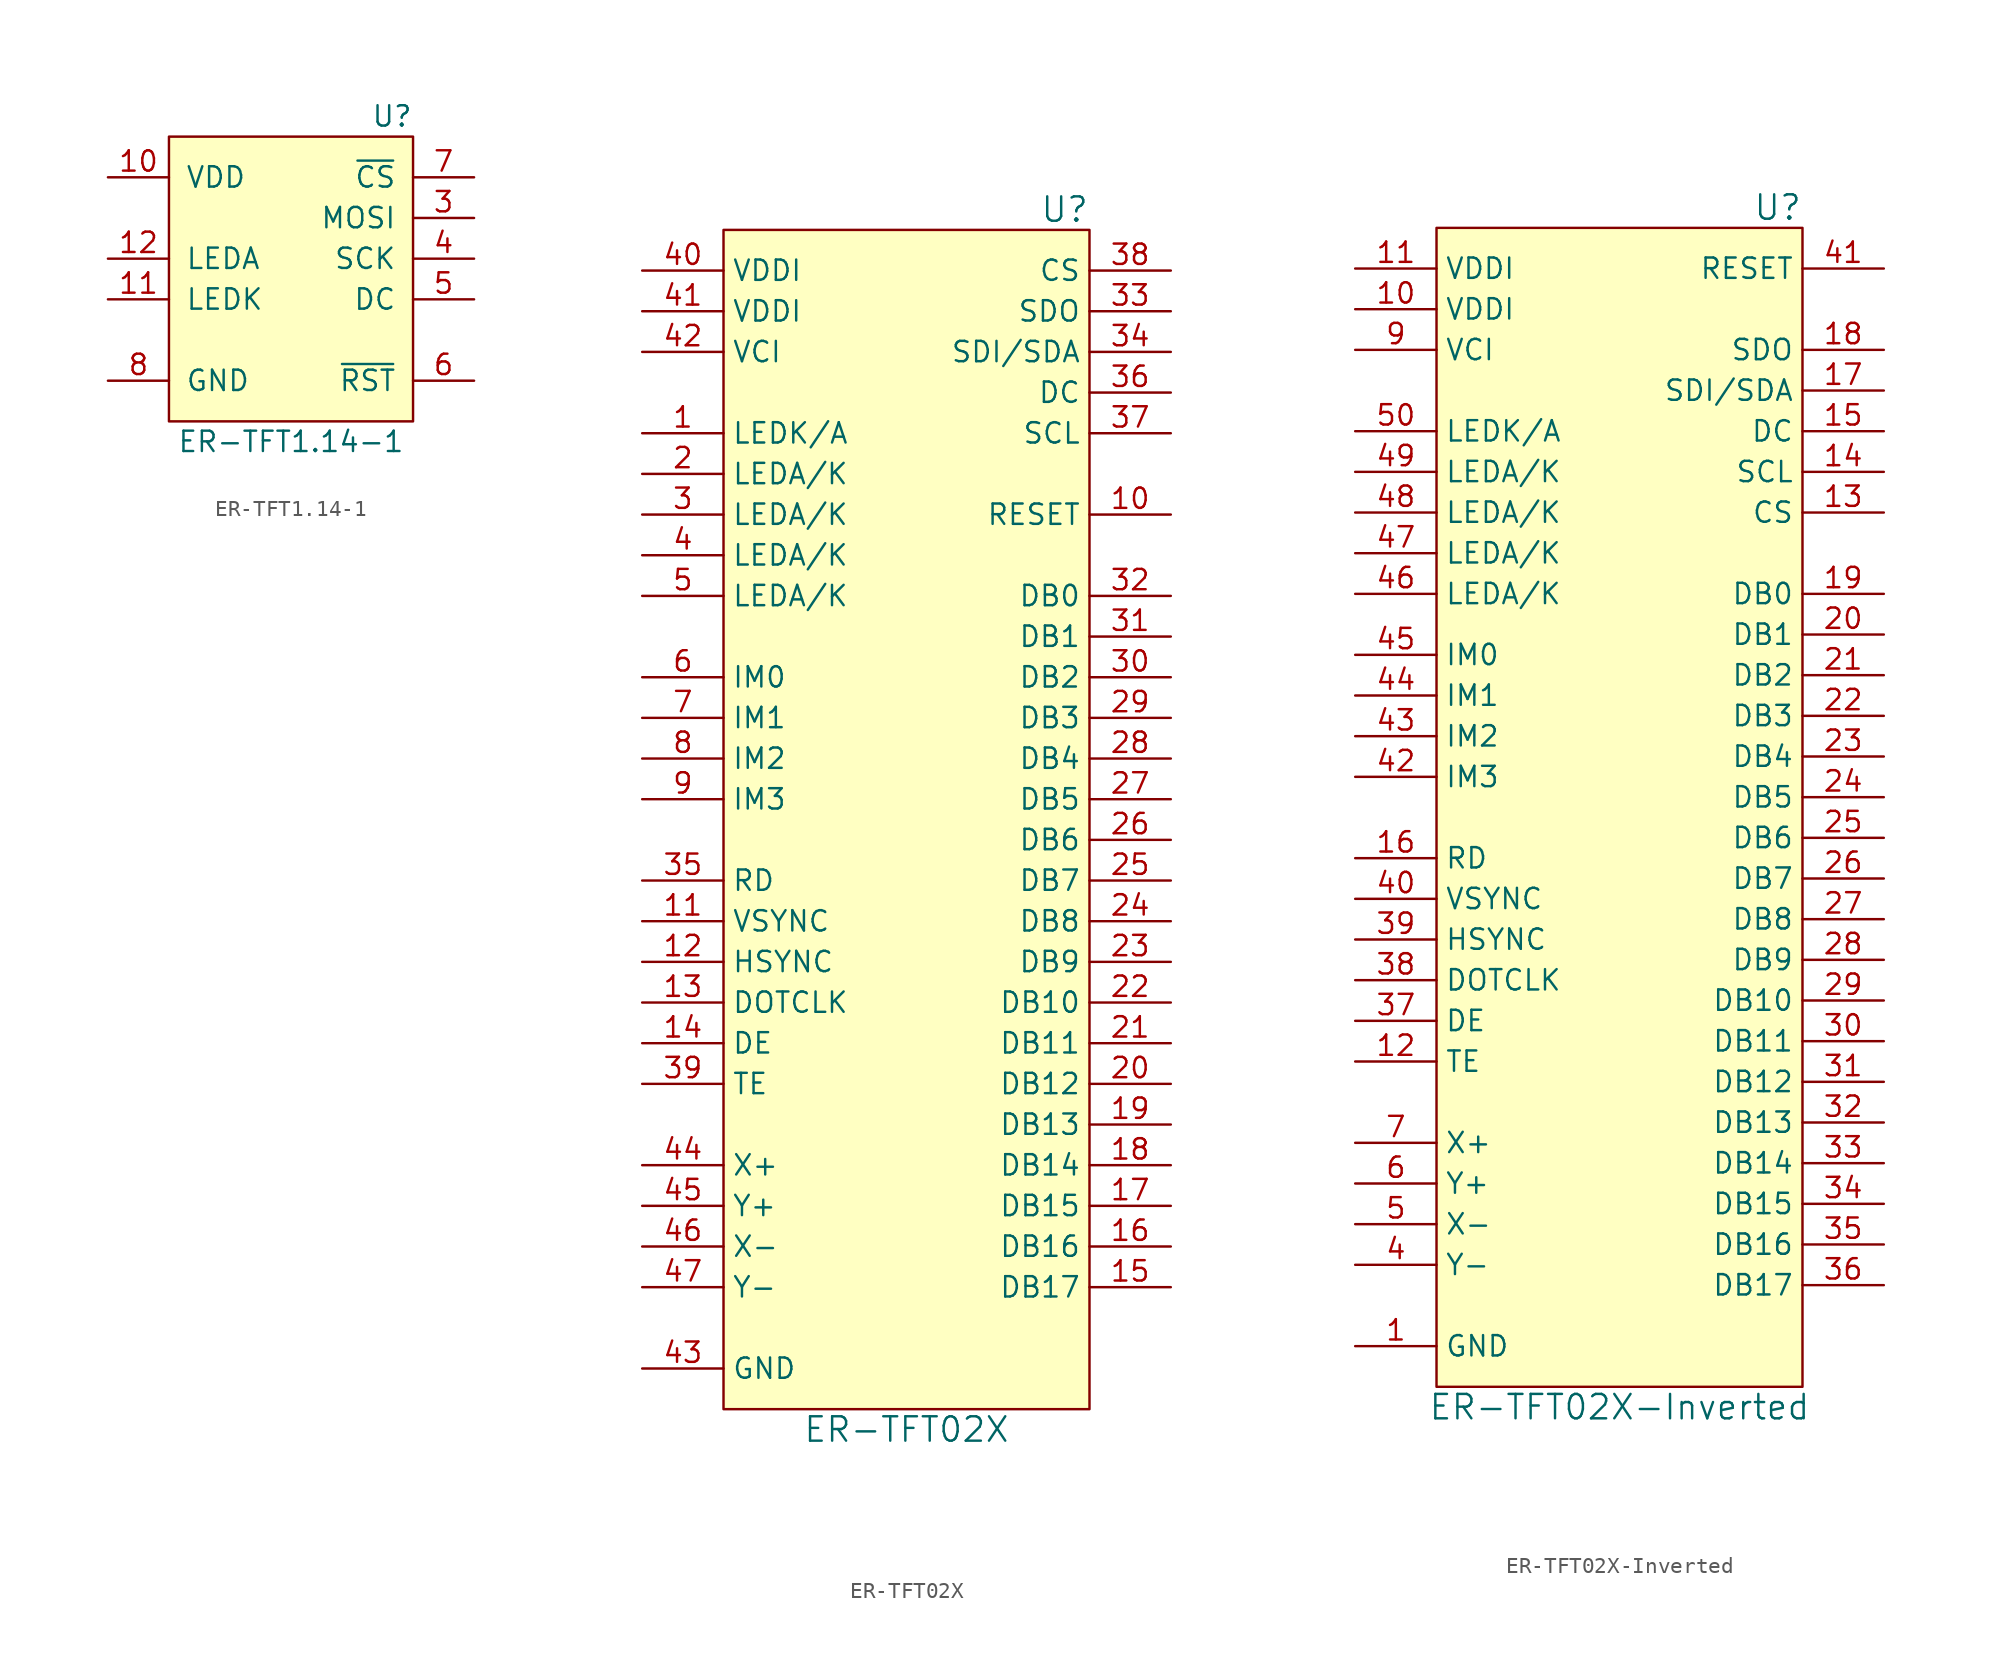
<source format=kicad_sym>
(kicad_symbol_lib
  (version 20220914)
  (generator kicad_symbol_editor)
  (symbol "ER-TFT1.14-1"
    (pin_names
      (offset 1.016))
    (property "Reference" "U"
      (at 7.62 8.89 0)
      (effects (font (size 1.27 1.27)) (justify right)))
    (property "Value" "ER-TFT1.14-1"
      (at 0 -11.43 0)
      (effects (font (size 1.27 1.27))))
    (symbol "ER-TFT1.14-1_0_1"
      (rectangle (start -7.62 7.62) (end 7.62 -10.16) (stroke (width 0.152) (type default)) (fill (type background))))
    (symbol "ER-TFT1.14-1_1_1"
      (pin no_connect line (at 0 3.81 0) (length 3.81) hide (name "~" (effects (font (size 1.27 1.27)))) (number "1" (effects (font (size 1.27 1.27)))))
      (pin power_in line (at -11.43 5.08 0) (length 3.81) (name "VDD" (effects (font (size 1.27 1.27)))) (number "10" (effects (font (size 1.27 1.27)))))
      (pin input line (at -11.43 -2.54 0) (length 3.81) (name "LEDK" (effects (font (size 1.27 1.27)))) (number "11" (effects (font (size 1.27 1.27)))))
      (pin input line (at -11.43 0 0) (length 3.81) (name "LEDA" (effects (font (size 1.27 1.27)))) (number "12" (effects (font (size 1.27 1.27)))))
      (pin passive line (at -11.43 -7.62 0) (length 3.81) hide (name "GND" (effects (font (size 1.27 1.27)))) (number "13" (effects (font (size 1.27 1.27)))))
      (pin no_connect line (at 0 1.27 0) (length 3.81) hide (name "~" (effects (font (size 1.27 1.27)))) (number "2" (effects (font (size 1.27 1.27)))))
      (pin input line (at 11.43 2.54 180) (length 3.81) (name "MOSI" (effects (font (size 1.27 1.27)))) (number "3" (effects (font (size 1.27 1.27)))))
      (pin input line (at 11.43 0 180) (length 3.81) (name "SCK" (effects (font (size 1.27 1.27)))) (number "4" (effects (font (size 1.27 1.27)))))
      (pin input line (at 11.43 -2.54 180) (length 3.81) (name "DC" (effects (font (size 1.27 1.27)))) (number "5" (effects (font (size 1.27 1.27)))))
      (pin input line (at 11.43 -7.62 180) (length 3.81) (name "~{RST}" (effects (font (size 1.27 1.27)))) (number "6" (effects (font (size 1.27 1.27)))))
      (pin input line (at 11.43 5.08 180) (length 3.81) (name "~{CS}" (effects (font (size 1.27 1.27)))) (number "7" (effects (font (size 1.27 1.27)))))
      (pin power_in line (at -11.43 -7.62 0) (length 3.81) (name "GND" (effects (font (size 1.27 1.27)))) (number "8" (effects (font (size 1.27 1.27)))))
      (pin no_connect line (at 0 -1.27 0) (length 3.81) hide (name "~" (effects (font (size 1.27 1.27)))) (number "9" (effects (font (size 1.27 1.27)))))))
  (symbol "ER-TFT02X"
    (property "Reference" "U"
      (at 11.43 36.83 0)
      (effects (font (size 1.524 1.524)) (justify right)))
    (property "Value" "ER-TFT02X"
      (at 0 -39.37 0)
      (effects (font (size 1.524 1.524))))
    (symbol "ER-TFT02X_0_1"
      (rectangle (start -11.43 35.56) (end 11.43 -38.1) (stroke (width 0) (type default)) (fill (type background))))
    (symbol "ER-TFT02X_1_1"
      (pin input line (at -16.51 22.86 0) (length 5.08) (name "LEDK/A" (effects (font (size 1.27 1.27)))) (number "1" (effects (font (size 1.27 1.27)))))
      (pin input line (at 16.51 17.78 180) (length 5.08) (name "RESET" (effects (font (size 1.27 1.27)))) (number "10" (effects (font (size 1.27 1.27)))))
      (pin input line (at -16.51 -7.62 0) (length 5.08) (name "VSYNC" (effects (font (size 1.27 1.27)))) (number "11" (effects (font (size 1.27 1.27)))))
      (pin input line (at -16.51 -10.16 0) (length 5.08) (name "HSYNC" (effects (font (size 1.27 1.27)))) (number "12" (effects (font (size 1.27 1.27)))))
      (pin input line (at -16.51 -12.7 0) (length 5.08) (name "DOTCLK" (effects (font (size 1.27 1.27)))) (number "13" (effects (font (size 1.27 1.27)))))
      (pin input line (at -16.51 -15.24 0) (length 5.08) (name "DE" (effects (font (size 1.27 1.27)))) (number "14" (effects (font (size 1.27 1.27)))))
      (pin input line (at 16.51 -30.48 180) (length 5.08) (name "DB17" (effects (font (size 1.27 1.27)))) (number "15" (effects (font (size 1.27 1.27)))))
      (pin input line (at 16.51 -27.94 180) (length 5.08) (name "DB16" (effects (font (size 1.27 1.27)))) (number "16" (effects (font (size 1.27 1.27)))))
      (pin input line (at 16.51 -25.4 180) (length 5.08) (name "DB15" (effects (font (size 1.27 1.27)))) (number "17" (effects (font (size 1.27 1.27)))))
      (pin input line (at 16.51 -22.86 180) (length 5.08) (name "DB14" (effects (font (size 1.27 1.27)))) (number "18" (effects (font (size 1.27 1.27)))))
      (pin input line (at 16.51 -20.32 180) (length 5.08) (name "DB13" (effects (font (size 1.27 1.27)))) (number "19" (effects (font (size 1.27 1.27)))))
      (pin input line (at -16.51 20.32 0) (length 5.08) (name "LEDA/K" (effects (font (size 1.27 1.27)))) (number "2" (effects (font (size 1.27 1.27)))))
      (pin input line (at 16.51 -17.78 180) (length 5.08) (name "DB12" (effects (font (size 1.27 1.27)))) (number "20" (effects (font (size 1.27 1.27)))))
      (pin input line (at 16.51 -15.24 180) (length 5.08) (name "DB11" (effects (font (size 1.27 1.27)))) (number "21" (effects (font (size 1.27 1.27)))))
      (pin input line (at 16.51 -12.7 180) (length 5.08) (name "DB10" (effects (font (size 1.27 1.27)))) (number "22" (effects (font (size 1.27 1.27)))))
      (pin input line (at 16.51 -10.16 180) (length 5.08) (name "DB9" (effects (font (size 1.27 1.27)))) (number "23" (effects (font (size 1.27 1.27)))))
      (pin input line (at 16.51 -7.62 180) (length 5.08) (name "DB8" (effects (font (size 1.27 1.27)))) (number "24" (effects (font (size 1.27 1.27)))))
      (pin input line (at 16.51 -5.08 180) (length 5.08) (name "DB7" (effects (font (size 1.27 1.27)))) (number "25" (effects (font (size 1.27 1.27)))))
      (pin input line (at 16.51 -2.54 180) (length 5.08) (name "DB6" (effects (font (size 1.27 1.27)))) (number "26" (effects (font (size 1.27 1.27)))))
      (pin input line (at 16.51 0 180) (length 5.08) (name "DB5" (effects (font (size 1.27 1.27)))) (number "27" (effects (font (size 1.27 1.27)))))
      (pin input line (at 16.51 2.54 180) (length 5.08) (name "DB4" (effects (font (size 1.27 1.27)))) (number "28" (effects (font (size 1.27 1.27)))))
      (pin input line (at 16.51 5.08 180) (length 5.08) (name "DB3" (effects (font (size 1.27 1.27)))) (number "29" (effects (font (size 1.27 1.27)))))
      (pin input line (at -16.51 17.78 0) (length 5.08) (name "LEDA/K" (effects (font (size 1.27 1.27)))) (number "3" (effects (font (size 1.27 1.27)))))
      (pin input line (at 16.51 7.62 180) (length 5.08) (name "DB2" (effects (font (size 1.27 1.27)))) (number "30" (effects (font (size 1.27 1.27)))))
      (pin input line (at 16.51 10.16 180) (length 5.08) (name "DB1" (effects (font (size 1.27 1.27)))) (number "31" (effects (font (size 1.27 1.27)))))
      (pin input line (at 16.51 12.7 180) (length 5.08) (name "DB0" (effects (font (size 1.27 1.27)))) (number "32" (effects (font (size 1.27 1.27)))))
      (pin output line (at 16.51 30.48 180) (length 5.08) (name "SDO" (effects (font (size 1.27 1.27)))) (number "33" (effects (font (size 1.27 1.27)))))
      (pin input line (at 16.51 27.94 180) (length 5.08) (name "SDI/SDA" (effects (font (size 1.27 1.27)))) (number "34" (effects (font (size 1.27 1.27)))))
      (pin input line (at -16.51 -5.08 0) (length 5.08) (name "RD" (effects (font (size 1.27 1.27)))) (number "35" (effects (font (size 1.27 1.27)))))
      (pin input line (at 16.51 25.4 180) (length 5.08) (name "DC" (effects (font (size 1.27 1.27)))) (number "36" (effects (font (size 1.27 1.27)))))
      (pin input line (at 16.51 22.86 180) (length 5.08) (name "SCL" (effects (font (size 1.27 1.27)))) (number "37" (effects (font (size 1.27 1.27)))))
      (pin input line (at 16.51 33.02 180) (length 5.08) (name "CS" (effects (font (size 1.27 1.27)))) (number "38" (effects (font (size 1.27 1.27)))))
      (pin input line (at -16.51 -17.78 0) (length 5.08) (name "TE" (effects (font (size 1.27 1.27)))) (number "39" (effects (font (size 1.27 1.27)))))
      (pin input line (at -16.51 15.24 0) (length 5.08) (name "LEDA/K" (effects (font (size 1.27 1.27)))) (number "4" (effects (font (size 1.27 1.27)))))
      (pin power_in line (at -16.51 33.02 0) (length 5.08) (name "VDDI" (effects (font (size 1.27 1.27)))) (number "40" (effects (font (size 1.27 1.27)))))
      (pin power_in line (at -16.51 30.48 0) (length 5.08) (name "VDDI" (effects (font (size 1.27 1.27)))) (number "41" (effects (font (size 1.27 1.27)))))
      (pin power_in line (at -16.51 27.94 0) (length 5.08) (name "VCI" (effects (font (size 1.27 1.27)))) (number "42" (effects (font (size 1.27 1.27)))))
      (pin power_in line (at -16.51 -35.56 0) (length 5.08) (name "GND" (effects (font (size 1.27 1.27)))) (number "43" (effects (font (size 1.27 1.27)))))
      (pin output line (at -16.51 -22.86 0) (length 5.08) (name "X+" (effects (font (size 1.27 1.27)))) (number "44" (effects (font (size 1.27 1.27)))) (alternate "TP_SCL" input line))
      (pin output line (at -16.51 -25.4 0) (length 5.08) (name "Y+" (effects (font (size 1.27 1.27)))) (number "45" (effects (font (size 1.27 1.27)))) (alternate "TP_SDA" bidirectional line))
      (pin output line (at -16.51 -27.94 0) (length 5.08) (name "X-" (effects (font (size 1.27 1.27)))) (number "46" (effects (font (size 1.27 1.27)))) (alternate "TP_INT" output line))
      (pin output line (at -16.51 -30.48 0) (length 5.08) (name "Y-" (effects (font (size 1.27 1.27)))) (number "47" (effects (font (size 1.27 1.27)))) (alternate "TP_RST" input line))
      (pin passive line (at -16.51 -35.56 0) (length 5.08) hide (name "GND" (effects (font (size 1.27 1.27)))) (number "48" (effects (font (size 1.27 1.27)))))
      (pin passive line (at -16.51 -35.56 0) (length 5.08) hide (name "GND" (effects (font (size 1.27 1.27)))) (number "49" (effects (font (size 1.27 1.27)))))
      (pin input line (at -16.51 12.7 0) (length 5.08) (name "LEDA/K" (effects (font (size 1.27 1.27)))) (number "5" (effects (font (size 1.27 1.27)))))
      (pin passive line (at -16.51 -35.56 0) (length 5.08) hide (name "GND" (effects (font (size 1.27 1.27)))) (number "50" (effects (font (size 1.27 1.27)))))
      (pin input line (at -16.51 7.62 0) (length 5.08) (name "IM0" (effects (font (size 1.27 1.27)))) (number "6" (effects (font (size 1.27 1.27)))))
      (pin input line (at -16.51 5.08 0) (length 5.08) (name "IM1" (effects (font (size 1.27 1.27)))) (number "7" (effects (font (size 1.27 1.27)))))
      (pin input line (at -16.51 2.54 0) (length 5.08) (name "IM2" (effects (font (size 1.27 1.27)))) (number "8" (effects (font (size 1.27 1.27)))))
      (pin input line (at -16.51 0 0) (length 5.08) (name "IM3" (effects (font (size 1.27 1.27)))) (number "9" (effects (font (size 1.27 1.27)))))))
  (symbol "ER-TFT02X-Inverted"
    (property "Reference" "U"
      (at 11.43 36.83 0)
      (effects (font (size 1.524 1.524)) (justify right)))
    (property "Value" "ER-TFT02X-Inverted"
      (at 0 -38.1 0)
      (effects (font (size 1.524 1.524))))
    (symbol "ER-TFT02X-Inverted_0_1"
      (rectangle (start -11.43 35.56) (end 11.43 -36.83) (stroke (width 0) (type default)) (fill (type background))))
    (symbol "ER-TFT02X-Inverted_1_1"
      (pin power_in line (at -16.51 -34.29 0) (length 5.08) (name "GND" (effects (font (size 1.27 1.27)))) (number "1" (effects (font (size 1.27 1.27)))))
      (pin power_in line (at -16.51 30.48 0) (length 5.08) (name "VDDI" (effects (font (size 1.27 1.27)))) (number "10" (effects (font (size 1.27 1.27)))))
      (pin power_in line (at -16.51 33.02 0) (length 5.08) (name "VDDI" (effects (font (size 1.27 1.27)))) (number "11" (effects (font (size 1.27 1.27)))))
      (pin input line (at -16.51 -16.51 0) (length 5.08) (name "TE" (effects (font (size 1.27 1.27)))) (number "12" (effects (font (size 1.27 1.27)))))
      (pin input line (at 16.51 17.78 180) (length 5.08) (name "CS" (effects (font (size 1.27 1.27)))) (number "13" (effects (font (size 1.27 1.27)))))
      (pin input line (at 16.51 20.32 180) (length 5.08) (name "SCL" (effects (font (size 1.27 1.27)))) (number "14" (effects (font (size 1.27 1.27)))))
      (pin input line (at 16.51 22.86 180) (length 5.08) (name "DC" (effects (font (size 1.27 1.27)))) (number "15" (effects (font (size 1.27 1.27)))))
      (pin input line (at -16.51 -3.81 0) (length 5.08) (name "RD" (effects (font (size 1.27 1.27)))) (number "16" (effects (font (size 1.27 1.27)))))
      (pin input line (at 16.51 25.4 180) (length 5.08) (name "SDI/SDA" (effects (font (size 1.27 1.27)))) (number "17" (effects (font (size 1.27 1.27)))))
      (pin output line (at 16.51 27.94 180) (length 5.08) (name "SDO" (effects (font (size 1.27 1.27)))) (number "18" (effects (font (size 1.27 1.27)))))
      (pin input line (at 16.51 12.7 180) (length 5.08) (name "DB0" (effects (font (size 1.27 1.27)))) (number "19" (effects (font (size 1.27 1.27)))))
      (pin passive line (at -16.51 -34.29 0) (length 5.08) hide (name "GND" (effects (font (size 1.27 1.27)))) (number "2" (effects (font (size 1.27 1.27)))))
      (pin input line (at 16.51 10.16 180) (length 5.08) (name "DB1" (effects (font (size 1.27 1.27)))) (number "20" (effects (font (size 1.27 1.27)))))
      (pin input line (at 16.51 7.62 180) (length 5.08) (name "DB2" (effects (font (size 1.27 1.27)))) (number "21" (effects (font (size 1.27 1.27)))))
      (pin input line (at 16.51 5.08 180) (length 5.08) (name "DB3" (effects (font (size 1.27 1.27)))) (number "22" (effects (font (size 1.27 1.27)))))
      (pin input line (at 16.51 2.54 180) (length 5.08) (name "DB4" (effects (font (size 1.27 1.27)))) (number "23" (effects (font (size 1.27 1.27)))))
      (pin input line (at 16.51 0 180) (length 5.08) (name "DB5" (effects (font (size 1.27 1.27)))) (number "24" (effects (font (size 1.27 1.27)))))
      (pin input line (at 16.51 -2.54 180) (length 5.08) (name "DB6" (effects (font (size 1.27 1.27)))) (number "25" (effects (font (size 1.27 1.27)))))
      (pin input line (at 16.51 -5.08 180) (length 5.08) (name "DB7" (effects (font (size 1.27 1.27)))) (number "26" (effects (font (size 1.27 1.27)))))
      (pin input line (at 16.51 -7.62 180) (length 5.08) (name "DB8" (effects (font (size 1.27 1.27)))) (number "27" (effects (font (size 1.27 1.27)))))
      (pin input line (at 16.51 -10.16 180) (length 5.08) (name "DB9" (effects (font (size 1.27 1.27)))) (number "28" (effects (font (size 1.27 1.27)))))
      (pin input line (at 16.51 -12.7 180) (length 5.08) (name "DB10" (effects (font (size 1.27 1.27)))) (number "29" (effects (font (size 1.27 1.27)))))
      (pin passive line (at -16.51 -34.29 0) (length 5.08) hide (name "GND" (effects (font (size 1.27 1.27)))) (number "3" (effects (font (size 1.27 1.27)))))
      (pin input line (at 16.51 -15.24 180) (length 5.08) (name "DB11" (effects (font (size 1.27 1.27)))) (number "30" (effects (font (size 1.27 1.27)))))
      (pin input line (at 16.51 -17.78 180) (length 5.08) (name "DB12" (effects (font (size 1.27 1.27)))) (number "31" (effects (font (size 1.27 1.27)))))
      (pin input line (at 16.51 -20.32 180) (length 5.08) (name "DB13" (effects (font (size 1.27 1.27)))) (number "32" (effects (font (size 1.27 1.27)))))
      (pin input line (at 16.51 -22.86 180) (length 5.08) (name "DB14" (effects (font (size 1.27 1.27)))) (number "33" (effects (font (size 1.27 1.27)))))
      (pin input line (at 16.51 -25.4 180) (length 5.08) (name "DB15" (effects (font (size 1.27 1.27)))) (number "34" (effects (font (size 1.27 1.27)))))
      (pin input line (at 16.51 -27.94 180) (length 5.08) (name "DB16" (effects (font (size 1.27 1.27)))) (number "35" (effects (font (size 1.27 1.27)))))
      (pin input line (at 16.51 -30.48 180) (length 5.08) (name "DB17" (effects (font (size 1.27 1.27)))) (number "36" (effects (font (size 1.27 1.27)))))
      (pin input line (at -16.51 -13.97 0) (length 5.08) (name "DE" (effects (font (size 1.27 1.27)))) (number "37" (effects (font (size 1.27 1.27)))))
      (pin input line (at -16.51 -11.43 0) (length 5.08) (name "DOTCLK" (effects (font (size 1.27 1.27)))) (number "38" (effects (font (size 1.27 1.27)))))
      (pin input line (at -16.51 -8.89 0) (length 5.08) (name "HSYNC" (effects (font (size 1.27 1.27)))) (number "39" (effects (font (size 1.27 1.27)))))
      (pin output line (at -16.51 -29.21 0) (length 5.08) (name "Y-" (effects (font (size 1.27 1.27)))) (number "4" (effects (font (size 1.27 1.27)))))
      (pin input line (at -16.51 -6.35 0) (length 5.08) (name "VSYNC" (effects (font (size 1.27 1.27)))) (number "40" (effects (font (size 1.27 1.27)))))
      (pin input line (at 16.51 33.02 180) (length 5.08) (name "RESET" (effects (font (size 1.27 1.27)))) (number "41" (effects (font (size 1.27 1.27)))))
      (pin input line (at -16.51 1.27 0) (length 5.08) (name "IM3" (effects (font (size 1.27 1.27)))) (number "42" (effects (font (size 1.27 1.27)))))
      (pin input line (at -16.51 3.81 0) (length 5.08) (name "IM2" (effects (font (size 1.27 1.27)))) (number "43" (effects (font (size 1.27 1.27)))))
      (pin input line (at -16.51 6.35 0) (length 5.08) (name "IM1" (effects (font (size 1.27 1.27)))) (number "44" (effects (font (size 1.27 1.27)))))
      (pin input line (at -16.51 8.89 0) (length 5.08) (name "IM0" (effects (font (size 1.27 1.27)))) (number "45" (effects (font (size 1.27 1.27)))))
      (pin input line (at -16.51 12.7 0) (length 5.08) (name "LEDA/K" (effects (font (size 1.27 1.27)))) (number "46" (effects (font (size 1.27 1.27)))))
      (pin input line (at -16.51 15.24 0) (length 5.08) (name "LEDA/K" (effects (font (size 1.27 1.27)))) (number "47" (effects (font (size 1.27 1.27)))))
      (pin input line (at -16.51 17.78 0) (length 5.08) (name "LEDA/K" (effects (font (size 1.27 1.27)))) (number "48" (effects (font (size 1.27 1.27)))))
      (pin input line (at -16.51 20.32 0) (length 5.08) (name "LEDA/K" (effects (font (size 1.27 1.27)))) (number "49" (effects (font (size 1.27 1.27)))))
      (pin output line (at -16.51 -26.67 0) (length 5.08) (name "X-" (effects (font (size 1.27 1.27)))) (number "5" (effects (font (size 1.27 1.27)))))
      (pin input line (at -16.51 22.86 0) (length 5.08) (name "LEDK/A" (effects (font (size 1.27 1.27)))) (number "50" (effects (font (size 1.27 1.27)))))
      (pin output line (at -16.51 -24.13 0) (length 5.08) (name "Y+" (effects (font (size 1.27 1.27)))) (number "6" (effects (font (size 1.27 1.27)))))
      (pin output line (at -16.51 -21.59 0) (length 5.08) (name "X+" (effects (font (size 1.27 1.27)))) (number "7" (effects (font (size 1.27 1.27)))))
      (pin passive line (at -16.51 -34.29 0) (length 5.08) hide (name "GND" (effects (font (size 1.27 1.27)))) (number "8" (effects (font (size 1.27 1.27)))))
      (pin power_in line (at -16.51 27.94 0) (length 5.08) (name "VCI" (effects (font (size 1.27 1.27)))) (number "9" (effects (font (size 1.27 1.27))))))))
</source>
